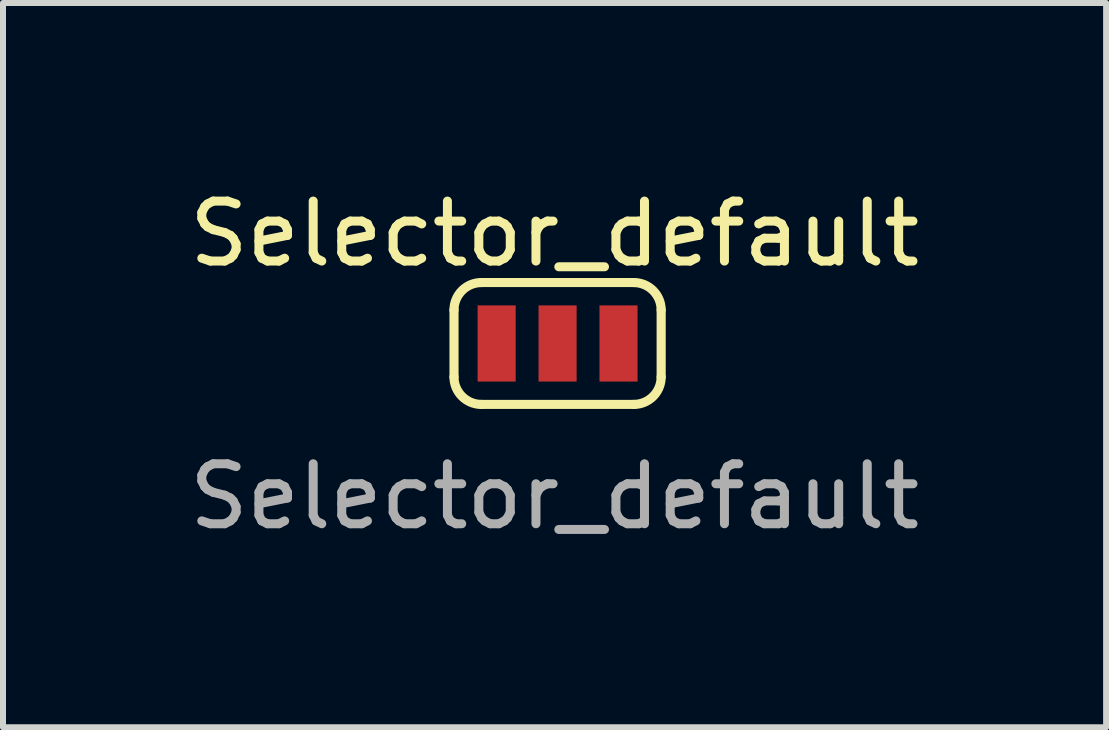
<source format=kicad_pcb>
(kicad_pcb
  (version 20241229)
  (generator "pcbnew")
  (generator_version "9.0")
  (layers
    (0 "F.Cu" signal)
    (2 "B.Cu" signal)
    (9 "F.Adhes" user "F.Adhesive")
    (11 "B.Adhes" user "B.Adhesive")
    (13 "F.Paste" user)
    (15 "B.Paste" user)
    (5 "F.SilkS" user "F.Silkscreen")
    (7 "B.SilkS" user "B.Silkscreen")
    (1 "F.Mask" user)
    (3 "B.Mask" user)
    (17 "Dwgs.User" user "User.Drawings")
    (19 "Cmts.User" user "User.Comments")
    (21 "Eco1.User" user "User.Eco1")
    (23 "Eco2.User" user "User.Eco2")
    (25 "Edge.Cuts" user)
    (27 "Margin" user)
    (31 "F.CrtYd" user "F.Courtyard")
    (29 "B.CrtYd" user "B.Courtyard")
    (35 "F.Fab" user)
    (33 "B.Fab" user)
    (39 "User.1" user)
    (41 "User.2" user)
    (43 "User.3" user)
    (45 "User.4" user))
  (footprint "Selector_default"
    (layer "F.Cu")
    (at 6.196 2.728)
    (property "Reference" "Selector_default" (at 0 -1.88 0) (unlocked yes) (layer "F.SilkS") (effects (font (size 1 1) (thickness 0.15))))
    (attr smd)
    (fp_line (start -1.676 0.508) (end -1.676 -0.61) (stroke (width 0.152) (type solid)) (layer "F.SilkS"))
    (fp_line (start -1.219 -1.067) (end 1.321 -1.067) (stroke (width 0.152) (type solid)) (layer "F.SilkS"))
    (fp_line (start 1.321 0.965) (end -1.219 0.965) (stroke (width 0.152) (type solid)) (layer "F.SilkS"))
    (fp_line (start 1.778 0.508) (end 1.778 -0.61) (stroke (width 0.152) (type solid)) (layer "F.SilkS"))
    (fp_arc (start -1.6764 -0.6096) (mid -1.542489 -0.932889) (end -1.2192 -1.0668) (stroke (width 0.1524) (type solid)) (layer "F.SilkS"))
    (fp_arc (start -1.2192 0.9652) (mid -1.542489 0.831289) (end -1.6764 0.508) (stroke (width 0.1524) (type solid)) (layer "F.SilkS"))
    (fp_arc (start 1.3208 -1.0668) (mid 1.644089 -0.932889) (end 1.778 -0.6096) (stroke (width 0.1524) (type solid)) (layer "F.SilkS"))
    (fp_arc (start 1.778 0.508) (mid 1.644089 0.831289) (end 1.3208 0.9652) (stroke (width 0.1524) (type solid)) (layer "F.SilkS"))
    (fp_text user "${REFERENCE}" (at 0 2.5 0) (unlocked yes) (layer "F.Fab") (effects (font (size 1 1) (thickness 0.15))))
    (pad "1" smd rect (at -0.965 -0.051) (size 0.635 1.27) (layers "F.Cu" "F.Mask"))
    (pad "2" smd rect (at 0.051 -0.051) (size 0.635 1.27) (layers "F.Cu" "F.Mask"))
    (pad "3" smd rect (at 1.067 -0.051) (size 0.635 1.27) (layers "F.Cu" "F.Mask")))
  (gr_rect
    (start -3 -3)
    (end 15.393 9.076)
    (stroke (width 0.1) (type default))
    (fill no)
    (layer "Edge.Cuts")))
</source>
